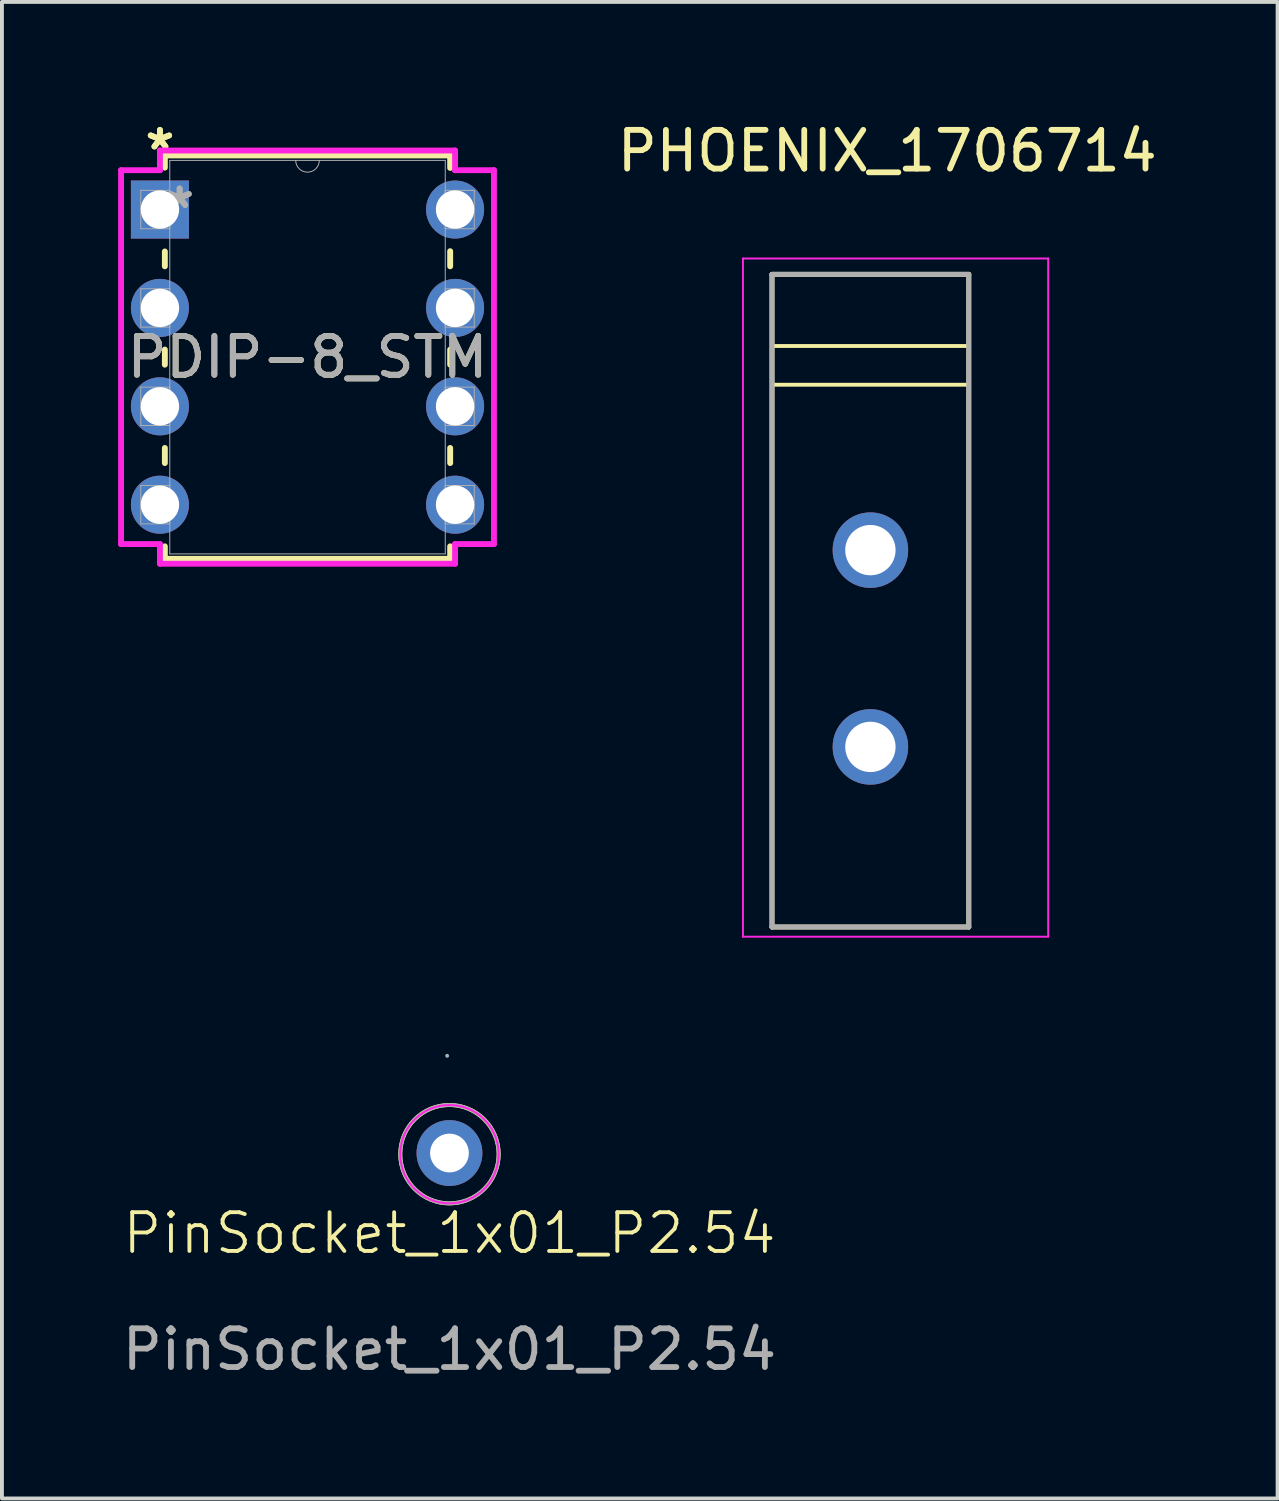
<source format=kicad_pcb>
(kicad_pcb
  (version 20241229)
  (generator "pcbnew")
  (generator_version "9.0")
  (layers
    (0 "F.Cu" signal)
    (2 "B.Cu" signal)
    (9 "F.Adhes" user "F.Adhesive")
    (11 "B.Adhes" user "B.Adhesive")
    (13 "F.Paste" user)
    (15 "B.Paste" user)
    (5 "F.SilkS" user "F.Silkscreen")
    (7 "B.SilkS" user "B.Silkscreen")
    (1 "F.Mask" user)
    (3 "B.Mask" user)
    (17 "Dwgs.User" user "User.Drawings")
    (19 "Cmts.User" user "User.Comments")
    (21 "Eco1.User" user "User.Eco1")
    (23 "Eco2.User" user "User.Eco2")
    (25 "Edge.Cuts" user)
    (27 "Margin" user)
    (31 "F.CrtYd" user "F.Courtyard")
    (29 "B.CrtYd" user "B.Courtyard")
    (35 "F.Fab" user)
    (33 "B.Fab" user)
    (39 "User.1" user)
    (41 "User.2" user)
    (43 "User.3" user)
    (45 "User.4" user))
  (footprint "PDIP-8_STM"
    (layer "F.Cu")
    (at 1.079 2.36)
    (property "Reference" "PDIP-8_STM" (at 3.81 3.81 0) (unlocked yes) (layer "F.SilkS") (effects (font (size 1 1) (thickness 0.15))))
    (attr through_hole)
    (fp_line (start 0.127 -1.397) (end 0.127 -1.082) (stroke (width 0.152) (type solid)) (layer "F.SilkS"))
    (fp_line (start 0.127 1.082) (end 0.127 1.465) (stroke (width 0.152) (type solid)) (layer "F.SilkS"))
    (fp_line (start 0.127 3.615) (end 0.127 4.005) (stroke (width 0.152) (type solid)) (layer "F.SilkS"))
    (fp_line (start 0.127 6.155) (end 0.127 6.545) (stroke (width 0.152) (type solid)) (layer "F.SilkS"))
    (fp_line (start 0.127 8.695) (end 0.127 9.017) (stroke (width 0.152) (type solid)) (layer "F.SilkS"))
    (fp_line (start 0.127 9.017) (end 7.493 9.017) (stroke (width 0.152) (type solid)) (layer "F.SilkS"))
    (fp_line (start 7.493 -1.397) (end 0.127 -1.397) (stroke (width 0.152) (type solid)) (layer "F.SilkS"))
    (fp_line (start 7.493 -1.075) (end 7.493 -1.397) (stroke (width 0.152) (type solid)) (layer "F.SilkS"))
    (fp_line (start 7.493 1.465) (end 7.493 1.075) (stroke (width 0.152) (type solid)) (layer "F.SilkS"))
    (fp_line (start 7.493 4.005) (end 7.493 3.615) (stroke (width 0.152) (type solid)) (layer "F.SilkS"))
    (fp_line (start 7.493 6.545) (end 7.493 6.155) (stroke (width 0.152) (type solid)) (layer "F.SilkS"))
    (fp_line (start 7.493 9.017) (end 7.493 8.695) (stroke (width 0.152) (type solid)) (layer "F.SilkS"))
    (fp_line (start -1.003 -1.016) (end 0 -1.016) (stroke (width 0.152) (type solid)) (layer "F.CrtYd"))
    (fp_line (start -1.003 8.636) (end -1.003 -1.016) (stroke (width 0.152) (type solid)) (layer "F.CrtYd"))
    (fp_line (start 0 -1.524) (end 7.62 -1.524) (stroke (width 0.152) (type solid)) (layer "F.CrtYd"))
    (fp_line (start 0 -1.016) (end 0 -1.524) (stroke (width 0.152) (type solid)) (layer "F.CrtYd"))
    (fp_line (start 0 8.636) (end -1.003 8.636) (stroke (width 0.152) (type solid)) (layer "F.CrtYd"))
    (fp_line (start 0 9.144) (end 0 8.636) (stroke (width 0.152) (type solid)) (layer "F.CrtYd"))
    (fp_line (start 7.62 -1.524) (end 7.62 -1.016) (stroke (width 0.152) (type solid)) (layer "F.CrtYd"))
    (fp_line (start 7.62 8.636) (end 7.62 9.144) (stroke (width 0.152) (type solid)) (layer "F.CrtYd"))
    (fp_line (start 7.62 9.144) (end 0 9.144) (stroke (width 0.152) (type solid)) (layer "F.CrtYd"))
    (fp_line (start 8.623 -1.016) (end 7.62 -1.016) (stroke (width 0.152) (type solid)) (layer "F.CrtYd"))
    (fp_line (start 8.623 -1.016) (end 8.623 8.636) (stroke (width 0.152) (type solid)) (layer "F.CrtYd"))
    (fp_line (start 8.623 8.636) (end 7.62 8.636) (stroke (width 0.152) (type solid)) (layer "F.CrtYd"))
    (fp_line (start -0.495 -0.495) (end -0.495 0.495) (stroke (width 0.025) (type solid)) (layer "F.Fab"))
    (fp_line (start -0.495 0.495) (end 0.254 0.495) (stroke (width 0.025) (type solid)) (layer "F.Fab"))
    (fp_line (start -0.495 2.045) (end -0.495 3.035) (stroke (width 0.025) (type solid)) (layer "F.Fab"))
    (fp_line (start -0.495 3.035) (end 0.254 3.035) (stroke (width 0.025) (type solid)) (layer "F.Fab"))
    (fp_line (start -0.495 4.585) (end -0.495 5.575) (stroke (width 0.025) (type solid)) (layer "F.Fab"))
    (fp_line (start -0.495 5.575) (end 0.254 5.575) (stroke (width 0.025) (type solid)) (layer "F.Fab"))
    (fp_line (start -0.495 7.125) (end -0.495 8.115) (stroke (width 0.025) (type solid)) (layer "F.Fab"))
    (fp_line (start -0.495 8.115) (end 0.254 8.115) (stroke (width 0.025) (type solid)) (layer "F.Fab"))
    (fp_line (start 0.254 -1.27) (end 0.254 8.89) (stroke (width 0.025) (type solid)) (layer "F.Fab"))
    (fp_line (start 0.254 -0.495) (end -0.495 -0.495) (stroke (width 0.025) (type solid)) (layer "F.Fab"))
    (fp_line (start 0.254 0.495) (end 0.254 -0.495) (stroke (width 0.025) (type solid)) (layer "F.Fab"))
    (fp_line (start 0.254 2.045) (end -0.495 2.045) (stroke (width 0.025) (type solid)) (layer "F.Fab"))
    (fp_line (start 0.254 3.035) (end 0.254 2.045) (stroke (width 0.025) (type solid)) (layer "F.Fab"))
    (fp_line (start 0.254 4.585) (end -0.495 4.585) (stroke (width 0.025) (type solid)) (layer "F.Fab"))
    (fp_line (start 0.254 5.575) (end 0.254 4.585) (stroke (width 0.025) (type solid)) (layer "F.Fab"))
    (fp_line (start 0.254 7.125) (end -0.495 7.125) (stroke (width 0.025) (type solid)) (layer "F.Fab"))
    (fp_line (start 0.254 8.115) (end 0.254 7.125) (stroke (width 0.025) (type solid)) (layer "F.Fab"))
    (fp_line (start 0.254 8.89) (end 7.366 8.89) (stroke (width 0.025) (type solid)) (layer "F.Fab"))
    (fp_line (start 7.366 -1.27) (end 0.254 -1.27) (stroke (width 0.025) (type solid)) (layer "F.Fab"))
    (fp_line (start 7.366 -0.495) (end 7.366 0.495) (stroke (width 0.025) (type solid)) (layer "F.Fab"))
    (fp_line (start 7.366 0.495) (end 8.115 0.495) (stroke (width 0.025) (type solid)) (layer "F.Fab"))
    (fp_line (start 7.366 2.045) (end 7.366 3.035) (stroke (width 0.025) (type solid)) (layer "F.Fab"))
    (fp_line (start 7.366 3.035) (end 8.115 3.035) (stroke (width 0.025) (type solid)) (layer "F.Fab"))
    (fp_line (start 7.366 4.585) (end 7.366 5.575) (stroke (width 0.025) (type solid)) (layer "F.Fab"))
    (fp_line (start 7.366 5.575) (end 8.115 5.575) (stroke (width 0.025) (type solid)) (layer "F.Fab"))
    (fp_line (start 7.366 7.125) (end 7.366 8.115) (stroke (width 0.025) (type solid)) (layer "F.Fab"))
    (fp_line (start 7.366 8.115) (end 8.115 8.115) (stroke (width 0.025) (type solid)) (layer "F.Fab"))
    (fp_line (start 7.366 8.89) (end 7.366 -1.27) (stroke (width 0.025) (type solid)) (layer "F.Fab"))
    (fp_line (start 8.115 -0.495) (end 7.366 -0.495) (stroke (width 0.025) (type solid)) (layer "F.Fab"))
    (fp_line (start 8.115 0.495) (end 8.115 -0.495) (stroke (width 0.025) (type solid)) (layer "F.Fab"))
    (fp_line (start 8.115 2.045) (end 7.366 2.045) (stroke (width 0.025) (type solid)) (layer "F.Fab"))
    (fp_line (start 8.115 3.035) (end 8.115 2.045) (stroke (width 0.025) (type solid)) (layer "F.Fab"))
    (fp_line (start 8.115 4.585) (end 7.366 4.585) (stroke (width 0.025) (type solid)) (layer "F.Fab"))
    (fp_line (start 8.115 5.575) (end 8.115 4.585) (stroke (width 0.025) (type solid)) (layer "F.Fab"))
    (fp_line (start 8.115 7.125) (end 7.366 7.125) (stroke (width 0.025) (type solid)) (layer "F.Fab"))
    (fp_line (start 8.115 8.115) (end 8.115 7.125) (stroke (width 0.025) (type solid)) (layer "F.Fab"))
    (fp_arc (start 4.1148 -1.27) (mid 3.81 -0.9652) (end 3.5052 -1.27) (stroke (width 0.0254) (type solid)) (layer "F.Fab"))
    (fp_text user "*" (at 0 -1.511 0) (unlocked yes) (layer "F.SilkS") (effects (font (size 1 1) (thickness 0.15))))
    (fp_text user "*" (at 0 -1.511 0) (layer "F.SilkS") (effects (font (size 1 1) (thickness 0.15))))
    (fp_text user "*" (at 0.508 0 0) (unlocked yes) (layer "F.Fab") (effects (font (size 1 1) (thickness 0.15))))
    (fp_text user "${REFERENCE}" (at 3.81 3.81 0) (unlocked yes) (layer "F.Fab") (effects (font (size 1 1) (thickness 0.15))))
    (fp_text user "*" (at 0.508 0 0) (layer "F.Fab") (effects (font (size 1 1) (thickness 0.15))))
    (pad "1" thru_hole rect (at 0 0) (size 1.499 1.499) (drill 0.991) (layers "*.Cu" "*.Mask"))
    (pad "2" thru_hole circle (at 0 2.54) (size 1.499 1.499) (drill 0.991) (layers "*.Cu" "*.Mask"))
    (pad "3" thru_hole circle (at 0 5.08) (size 1.499 1.499) (drill 0.991) (layers "*.Cu" "*.Mask"))
    (pad "4" thru_hole circle (at 0 7.62) (size 1.499 1.499) (drill 0.991) (layers "*.Cu" "*.Mask"))
    (pad "5" thru_hole circle (at 7.62 7.62) (size 1.499 1.499) (drill 0.991) (layers "*.Cu" "*.Mask"))
    (pad "6" thru_hole circle (at 7.62 5.08) (size 1.499 1.499) (drill 0.991) (layers "*.Cu" "*.Mask"))
    (pad "7" thru_hole circle (at 7.62 2.54) (size 1.499 1.499) (drill 0.991) (layers "*.Cu" "*.Mask"))
    (pad "8" thru_hole circle (at 7.62 0) (size 1.499 1.499) (drill 0.991) (layers "*.Cu" "*.Mask")))
  (footprint "PinSocket_1x01_P2.54"
    (layer "F.Cu")
    (at 8.554 29.288)
    (property "Reference" "PinSocket_1x01_P2.54" (at 0 -0.5 0) (unlocked yes) (layer "F.SilkS") (effects (font (size 1 1) (thickness 0.1))))
    (attr through_hole)
    (fp_circle (center 0 -2.54) (end 0 -3.81) (stroke (width 0.1) (type default)) (fill no) (layer "F.SilkS"))
    (fp_circle (center 0 -2.54) (end 0 -3.81) (stroke (width 0.05) (type default)) (fill no) (layer "F.CrtYd"))
    (fp_line (start -0.06 -5.08) (end -0.06 -5.08) (stroke (width 0.1) (type solid)) (layer "F.Fab"))
    (fp_circle (center 0 -2.54) (end 0 -3.81) (stroke (width 0.1) (type default)) (fill no) (layer "F.Fab"))
    (fp_text user "${REFERENCE}" (at 0 2.5 0) (unlocked yes) (layer "F.Fab") (effects (font (size 1 1) (thickness 0.15))))
    (pad "1" thru_hole oval (at 0 -2.57) (size 1.7 1.7) (drill 1) (layers "*.Cu" "*.Mask")))
  (footprint "PHOENIX_1706714"
    (layer "F.Cu")
    (at 16.881 20.883)
    (property "Reference" "PHOENIX_1706714" (at 2.975 -20.035 0) (layer "F.SilkS") (effects (font (size 1 1) (thickness 0.15))))
    (attr through_hole)
    (fp_line (start 0 -16.85) (end 5.08 -16.85) (stroke (width 0.127) (type solid)) (layer "F.SilkS"))
    (fp_line (start 0 -15) (end 5 -15) (stroke (width 0.1) (type default)) (layer "F.SilkS"))
    (fp_line (start 0 -14) (end 5 -14) (stroke (width 0.1) (type default)) (layer "F.SilkS"))
    (fp_line (start 0 0) (end 0 -16.85) (stroke (width 0.127) (type solid)) (layer "F.SilkS"))
    (fp_line (start 5.08 -16.85) (end 5.08 0) (stroke (width 0.127) (type solid)) (layer "F.SilkS"))
    (fp_line (start 5.08 0) (end 0 0) (stroke (width 0.127) (type solid)) (layer "F.SilkS"))
    (fp_line (start -0.75 -17.26) (end -0.75 0.25) (stroke (width 0.05) (type solid)) (layer "F.CrtYd"))
    (fp_line (start -0.75 0.25) (end 7.13 0.25) (stroke (width 0.05) (type solid)) (layer "F.CrtYd"))
    (fp_line (start 7.13 -17.26) (end -0.75 -17.26) (stroke (width 0.05) (type solid)) (layer "F.CrtYd"))
    (fp_line (start 7.13 0.25) (end 7.13 -17.26) (stroke (width 0.05) (type solid)) (layer "F.CrtYd"))
    (fp_line (start 0 -16.85) (end 5.08 -16.85) (stroke (width 0.127) (type solid)) (layer "F.Fab"))
    (fp_line (start 0 0) (end 0 -16.85) (stroke (width 0.127) (type solid)) (layer "F.Fab"))
    (fp_line (start 5.08 -16.85) (end 5.08 0) (stroke (width 0.127) (type solid)) (layer "F.Fab"))
    (fp_line (start 5.08 0) (end 0 0) (stroke (width 0.127) (type solid)) (layer "F.Fab"))
    (pad "1" thru_hole circle (at 2.54 -9.73) (size 1.95 1.95) (drill 1.3) (layers "*.Cu" "*.Mask"))
    (pad "1" thru_hole circle (at 2.54 -4.65) (size 1.95 1.95) (drill 1.3) (layers "*.Cu" "*.Mask")))
  (gr_rect
    (start -3 -3)
    (end 29.934 35.636)
    (stroke (width 0.1) (type default))
    (fill no)
    (layer "Edge.Cuts")))
</source>
